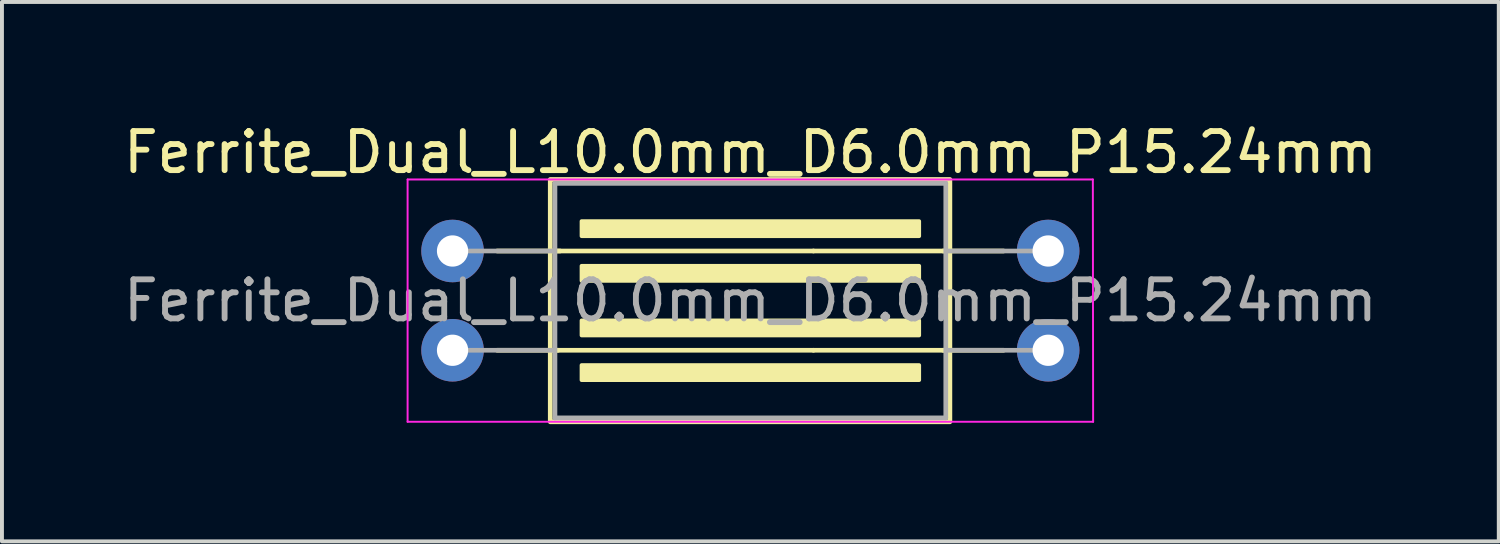
<source format=kicad_pcb>
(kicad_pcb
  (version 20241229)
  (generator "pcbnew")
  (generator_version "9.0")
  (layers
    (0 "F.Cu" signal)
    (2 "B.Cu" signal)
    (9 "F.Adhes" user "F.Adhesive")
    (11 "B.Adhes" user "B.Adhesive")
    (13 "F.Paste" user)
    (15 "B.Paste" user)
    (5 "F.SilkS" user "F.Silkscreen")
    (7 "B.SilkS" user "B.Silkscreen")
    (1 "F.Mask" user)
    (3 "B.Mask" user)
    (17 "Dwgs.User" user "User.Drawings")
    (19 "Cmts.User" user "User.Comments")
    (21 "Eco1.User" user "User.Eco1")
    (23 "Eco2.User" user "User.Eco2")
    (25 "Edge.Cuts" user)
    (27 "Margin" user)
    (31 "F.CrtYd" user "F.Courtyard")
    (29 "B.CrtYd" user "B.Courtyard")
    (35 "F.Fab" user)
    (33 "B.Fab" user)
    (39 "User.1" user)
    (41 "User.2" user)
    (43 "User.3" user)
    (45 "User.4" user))
  (footprint "Ferrite_Dual_L10.0mm_D6.0mm_P15.24mm"
    (layer "F.Cu")
    (at 8.529 4.642)
    (property "Reference" "Ferrite_Dual_L10.0mm_D6.0mm_P15.24mm" (at 7.62 -3.794 0) (layer "F.SilkS") (effects (font (size 1 1) (thickness 0.15))))
    (fp_line (start 1.143 -1.27) (end 2.75 -1.27) (stroke (width 0.12) (type solid)) (layer "F.SilkS"))
    (fp_line (start 1.143 1.27) (end 2.7 1.27) (stroke (width 0.12) (type solid)) (layer "F.SilkS"))
    (fp_line (start 9.234 -1.27) (end 2.667 -1.27) (stroke (width 0.12) (type solid)) (layer "F.SilkS"))
    (fp_line (start 9.234 -1.27) (end 12.573 -1.27) (stroke (width 0.12) (type solid)) (layer "F.SilkS"))
    (fp_line (start 9.234 1.27) (end 2.667 1.27) (stroke (width 0.12) (type solid)) (layer "F.SilkS"))
    (fp_line (start 9.234 1.27) (end 12.573 1.27) (stroke (width 0.12) (type solid)) (layer "F.SilkS"))
    (fp_line (start 14.097 -1.27) (end 12.55 -1.27) (stroke (width 0.12) (type solid)) (layer "F.SilkS"))
    (fp_line (start 14.097 1.27) (end 12.55 1.27) (stroke (width 0.12) (type solid)) (layer "F.SilkS"))
    (fp_rect (start 2.5 -3.1) (end 12.725 3.1) (stroke (width 0.12) (type solid)) (fill no) (layer "F.SilkS"))
    (fp_poly (pts (xy 11.938 -1.651) (xy 3.302 -1.651) (xy 3.302 -2.032) (xy 11.938 -2.032)) (stroke (width 0.1) (type solid)) (fill yes) (layer "F.SilkS"))
    (fp_poly (pts (xy 11.938 -0.508) (xy 3.302 -0.508) (xy 3.302 -0.889) (xy 11.938 -0.889)) (stroke (width 0.1) (type solid)) (fill yes) (layer "F.SilkS"))
    (fp_poly (pts (xy 11.938 0.889) (xy 3.302 0.889) (xy 3.302 0.508) (xy 11.938 0.508)) (stroke (width 0.1) (type solid)) (fill yes) (layer "F.SilkS"))
    (fp_poly (pts (xy 11.938 2.032) (xy 3.302 2.032) (xy 3.302 1.651) (xy 11.938 1.651)) (stroke (width 0.1) (type solid)) (fill yes) (layer "F.SilkS"))
    (fp_line (start -1.15 -3.1) (end 16.383 -3.1) (stroke (width 0.05) (type solid)) (layer "F.CrtYd"))
    (fp_line (start -1.15 3.1) (end -1.15 -3.1) (stroke (width 0.05) (type solid)) (layer "F.CrtYd"))
    (fp_line (start 16.383 -3.1) (end 16.39 3.1) (stroke (width 0.05) (type solid)) (layer "F.CrtYd"))
    (fp_line (start 16.39 3.1) (end -1.15 3.1) (stroke (width 0.05) (type solid)) (layer "F.CrtYd"))
    (fp_line (start 0 -1.27) (end 2.603 -1.27) (stroke (width 0.12) (type solid)) (layer "F.Fab"))
    (fp_line (start 0 1.27) (end 2.603 1.27) (stroke (width 0.12) (type solid)) (layer "F.Fab"))
    (fp_line (start 2.62 -3) (end 2.62 3) (stroke (width 0.12) (type solid)) (layer "F.Fab"))
    (fp_line (start 12.62 -3) (end 2.62 -3) (stroke (width 0.12) (type solid)) (layer "F.Fab"))
    (fp_line (start 12.62 -3) (end 12.62 3) (stroke (width 0.12) (type solid)) (layer "F.Fab"))
    (fp_line (start 12.62 3) (end 2.62 3) (stroke (width 0.12) (type solid)) (layer "F.Fab"))
    (fp_line (start 15.24 -1.27) (end 12.636 -1.27) (stroke (width 0.12) (type solid)) (layer "F.Fab"))
    (fp_line (start 15.24 1.27) (end 12.636 1.27) (stroke (width 0.12) (type solid)) (layer "F.Fab"))
    (fp_text user "${REFERENCE}" (at 7.62 0 0) (layer "F.Fab") (effects (font (size 1 1) (thickness 0.15))))
    (pad "1" thru_hole circle (at 0 -1.27) (size 1.6 1.6) (drill 0.8) (layers "*.Cu" "*.Mask"))
    (pad "2" thru_hole circle (at 0 1.27) (size 1.6 1.6) (drill 0.8) (layers "*.Cu" "*.Mask"))
    (pad "3" thru_hole circle (at 15.24 1.27 180) (size 1.6 1.6) (drill 0.8) (layers "*.Cu" "*.Mask"))
    (pad "4" thru_hole circle (at 15.24 -1.27 180) (size 1.6 1.6) (drill 0.8) (layers "*.Cu" "*.Mask")))
  (gr_rect
    (start -3 -3)
    (end 35.298 10.802)
    (stroke (width 0.1) (type default))
    (fill no)
    (layer "Edge.Cuts")))
</source>
